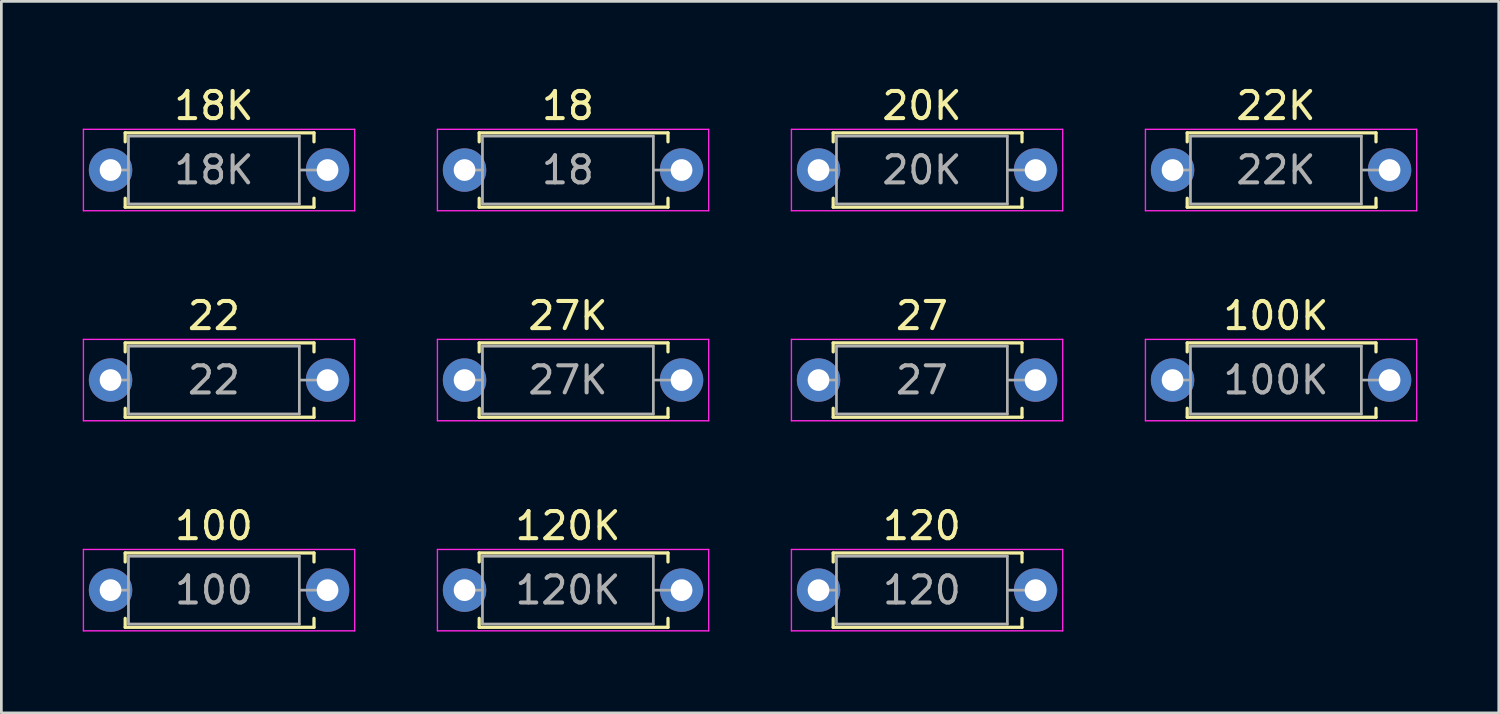
<source format=kicad_pcb>
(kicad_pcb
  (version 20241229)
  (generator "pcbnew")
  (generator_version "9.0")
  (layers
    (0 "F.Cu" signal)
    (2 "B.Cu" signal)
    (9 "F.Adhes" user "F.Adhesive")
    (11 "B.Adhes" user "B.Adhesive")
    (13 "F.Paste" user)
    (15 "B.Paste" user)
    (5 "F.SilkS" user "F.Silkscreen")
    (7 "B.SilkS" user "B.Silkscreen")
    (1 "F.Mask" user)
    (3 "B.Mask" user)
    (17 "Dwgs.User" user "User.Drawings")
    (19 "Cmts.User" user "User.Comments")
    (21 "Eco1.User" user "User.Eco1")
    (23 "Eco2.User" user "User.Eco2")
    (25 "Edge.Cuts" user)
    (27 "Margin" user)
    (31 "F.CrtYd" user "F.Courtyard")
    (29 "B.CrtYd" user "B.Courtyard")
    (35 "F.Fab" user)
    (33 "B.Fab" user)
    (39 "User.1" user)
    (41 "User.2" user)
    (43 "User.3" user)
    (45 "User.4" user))
  (footprint "100K"
    (layer "F.Cu")
    (at 40.175 10.961)
    (property "Reference" "100K" (at 3.81 -2.37 0) (layer "F.SilkS") (effects (font (size 1 1) (thickness 0.15))))
    (attr through_hole)
    (fp_line (start 0.54 -1.37) (end 7.5 -1.37) (stroke (width 0.12) (type solid)) (layer "F.SilkS"))
    (fp_line (start 0.54 -1.04) (end 0.54 -1.37) (stroke (width 0.12) (type solid)) (layer "F.SilkS"))
    (fp_line (start 0.54 1.04) (end 0.54 1.37) (stroke (width 0.12) (type solid)) (layer "F.SilkS"))
    (fp_line (start 0.54 1.37) (end 7.5 1.37) (stroke (width 0.12) (type solid)) (layer "F.SilkS"))
    (fp_line (start 7.5 -1.37) (end 7.5 -1.04) (stroke (width 0.12) (type solid)) (layer "F.SilkS"))
    (fp_line (start 7.5 1.37) (end 7.5 1.04) (stroke (width 0.12) (type solid)) (layer "F.SilkS"))
    (fp_line (start -1 -1.5) (end -1 1.5) (stroke (width 0.05) (type solid)) (layer "F.CrtYd"))
    (fp_line (start -1 1.5) (end 9 1.5) (stroke (width 0.05) (type solid)) (layer "F.CrtYd"))
    (fp_line (start 9 -1.5) (end -1 -1.5) (stroke (width 0.05) (type solid)) (layer "F.CrtYd"))
    (fp_line (start 9 1.5) (end 9 -1.5) (stroke (width 0.05) (type solid)) (layer "F.CrtYd"))
    (fp_line (start 0 0) (end 0.66 0) (stroke (width 0.1) (type solid)) (layer "F.Fab"))
    (fp_line (start 0.66 -1.25) (end 0.66 1.25) (stroke (width 0.1) (type solid)) (layer "F.Fab"))
    (fp_line (start 0.66 1.25) (end 6.96 1.25) (stroke (width 0.1) (type solid)) (layer "F.Fab"))
    (fp_line (start 6.96 -1.25) (end 0.66 -1.25) (stroke (width 0.1) (type solid)) (layer "F.Fab"))
    (fp_line (start 6.96 1.25) (end 6.96 -1.25) (stroke (width 0.1) (type solid)) (layer "F.Fab"))
    (fp_line (start 7.62 0) (end 6.96 0) (stroke (width 0.1) (type solid)) (layer "F.Fab"))
    (fp_text user "${REFERENCE}" (at 3.81 0 0) (layer "F.Fab") (effects (font (size 1 1) (thickness 0.15))))
    (pad "1" thru_hole circle (at 0 0) (size 1.6 1.6) (drill 0.8) (layers "*.Cu" "*.Mask"))
    (pad "2" thru_hole oval (at 8 0) (size 1.6 1.6) (drill 0.8) (layers "*.Cu" "*.Mask")))
  (footprint "22"
    (layer "F.Cu")
    (at 1.025 10.961)
    (property "Reference" "22" (at 3.81 -2.37 0) (layer "F.SilkS") (effects (font (size 1 1) (thickness 0.15))))
    (attr through_hole)
    (fp_line (start 0.54 -1.37) (end 7.5 -1.37) (stroke (width 0.12) (type solid)) (layer "F.SilkS"))
    (fp_line (start 0.54 -1.04) (end 0.54 -1.37) (stroke (width 0.12) (type solid)) (layer "F.SilkS"))
    (fp_line (start 0.54 1.04) (end 0.54 1.37) (stroke (width 0.12) (type solid)) (layer "F.SilkS"))
    (fp_line (start 0.54 1.37) (end 7.5 1.37) (stroke (width 0.12) (type solid)) (layer "F.SilkS"))
    (fp_line (start 7.5 -1.37) (end 7.5 -1.04) (stroke (width 0.12) (type solid)) (layer "F.SilkS"))
    (fp_line (start 7.5 1.37) (end 7.5 1.04) (stroke (width 0.12) (type solid)) (layer "F.SilkS"))
    (fp_line (start -1 -1.5) (end -1 1.5) (stroke (width 0.05) (type solid)) (layer "F.CrtYd"))
    (fp_line (start -1 1.5) (end 9 1.5) (stroke (width 0.05) (type solid)) (layer "F.CrtYd"))
    (fp_line (start 9 -1.5) (end -1 -1.5) (stroke (width 0.05) (type solid)) (layer "F.CrtYd"))
    (fp_line (start 9 1.5) (end 9 -1.5) (stroke (width 0.05) (type solid)) (layer "F.CrtYd"))
    (fp_line (start 0 0) (end 0.66 0) (stroke (width 0.1) (type solid)) (layer "F.Fab"))
    (fp_line (start 0.66 -1.25) (end 0.66 1.25) (stroke (width 0.1) (type solid)) (layer "F.Fab"))
    (fp_line (start 0.66 1.25) (end 6.96 1.25) (stroke (width 0.1) (type solid)) (layer "F.Fab"))
    (fp_line (start 6.96 -1.25) (end 0.66 -1.25) (stroke (width 0.1) (type solid)) (layer "F.Fab"))
    (fp_line (start 6.96 1.25) (end 6.96 -1.25) (stroke (width 0.1) (type solid)) (layer "F.Fab"))
    (fp_line (start 7.62 0) (end 6.96 0) (stroke (width 0.1) (type solid)) (layer "F.Fab"))
    (fp_text user "${REFERENCE}" (at 3.81 0 0) (layer "F.Fab") (effects (font (size 1 1) (thickness 0.15))))
    (pad "1" thru_hole circle (at 0 0) (size 1.6 1.6) (drill 0.8) (layers "*.Cu" "*.Mask"))
    (pad "2" thru_hole oval (at 8 0) (size 1.6 1.6) (drill 0.8) (layers "*.Cu" "*.Mask")))
  (footprint "22K"
    (layer "F.Cu")
    (at 40.175 3.218)
    (property "Reference" "22K" (at 3.81 -2.37 0) (layer "F.SilkS") (effects (font (size 1 1) (thickness 0.15))))
    (attr through_hole)
    (fp_line (start 0.54 -1.37) (end 7.5 -1.37) (stroke (width 0.12) (type solid)) (layer "F.SilkS"))
    (fp_line (start 0.54 -1.04) (end 0.54 -1.37) (stroke (width 0.12) (type solid)) (layer "F.SilkS"))
    (fp_line (start 0.54 1.04) (end 0.54 1.37) (stroke (width 0.12) (type solid)) (layer "F.SilkS"))
    (fp_line (start 0.54 1.37) (end 7.5 1.37) (stroke (width 0.12) (type solid)) (layer "F.SilkS"))
    (fp_line (start 7.5 -1.37) (end 7.5 -1.04) (stroke (width 0.12) (type solid)) (layer "F.SilkS"))
    (fp_line (start 7.5 1.37) (end 7.5 1.04) (stroke (width 0.12) (type solid)) (layer "F.SilkS"))
    (fp_line (start -1 -1.5) (end -1 1.5) (stroke (width 0.05) (type solid)) (layer "F.CrtYd"))
    (fp_line (start -1 1.5) (end 9 1.5) (stroke (width 0.05) (type solid)) (layer "F.CrtYd"))
    (fp_line (start 9 -1.5) (end -1 -1.5) (stroke (width 0.05) (type solid)) (layer "F.CrtYd"))
    (fp_line (start 9 1.5) (end 9 -1.5) (stroke (width 0.05) (type solid)) (layer "F.CrtYd"))
    (fp_line (start 0 0) (end 0.66 0) (stroke (width 0.1) (type solid)) (layer "F.Fab"))
    (fp_line (start 0.66 -1.25) (end 0.66 1.25) (stroke (width 0.1) (type solid)) (layer "F.Fab"))
    (fp_line (start 0.66 1.25) (end 6.96 1.25) (stroke (width 0.1) (type solid)) (layer "F.Fab"))
    (fp_line (start 6.96 -1.25) (end 0.66 -1.25) (stroke (width 0.1) (type solid)) (layer "F.Fab"))
    (fp_line (start 6.96 1.25) (end 6.96 -1.25) (stroke (width 0.1) (type solid)) (layer "F.Fab"))
    (fp_line (start 7.62 0) (end 6.96 0) (stroke (width 0.1) (type solid)) (layer "F.Fab"))
    (fp_text user "${REFERENCE}" (at 3.81 0 0) (layer "F.Fab") (effects (font (size 1 1) (thickness 0.15))))
    (pad "1" thru_hole circle (at 0 0) (size 1.6 1.6) (drill 0.8) (layers "*.Cu" "*.Mask"))
    (pad "2" thru_hole oval (at 8 0) (size 1.6 1.6) (drill 0.8) (layers "*.Cu" "*.Mask")))
  (footprint "18K"
    (layer "F.Cu")
    (at 1.025 3.218)
    (property "Reference" "18K" (at 3.81 -2.37 0) (layer "F.SilkS") (effects (font (size 1 1) (thickness 0.15))))
    (attr through_hole)
    (fp_line (start 0.54 -1.37) (end 7.5 -1.37) (stroke (width 0.12) (type solid)) (layer "F.SilkS"))
    (fp_line (start 0.54 -1.04) (end 0.54 -1.37) (stroke (width 0.12) (type solid)) (layer "F.SilkS"))
    (fp_line (start 0.54 1.04) (end 0.54 1.37) (stroke (width 0.12) (type solid)) (layer "F.SilkS"))
    (fp_line (start 0.54 1.37) (end 7.5 1.37) (stroke (width 0.12) (type solid)) (layer "F.SilkS"))
    (fp_line (start 7.5 -1.37) (end 7.5 -1.04) (stroke (width 0.12) (type solid)) (layer "F.SilkS"))
    (fp_line (start 7.5 1.37) (end 7.5 1.04) (stroke (width 0.12) (type solid)) (layer "F.SilkS"))
    (fp_line (start -1 -1.5) (end -1 1.5) (stroke (width 0.05) (type solid)) (layer "F.CrtYd"))
    (fp_line (start -1 1.5) (end 9 1.5) (stroke (width 0.05) (type solid)) (layer "F.CrtYd"))
    (fp_line (start 9 -1.5) (end -1 -1.5) (stroke (width 0.05) (type solid)) (layer "F.CrtYd"))
    (fp_line (start 9 1.5) (end 9 -1.5) (stroke (width 0.05) (type solid)) (layer "F.CrtYd"))
    (fp_line (start 0 0) (end 0.66 0) (stroke (width 0.1) (type solid)) (layer "F.Fab"))
    (fp_line (start 0.66 -1.25) (end 0.66 1.25) (stroke (width 0.1) (type solid)) (layer "F.Fab"))
    (fp_line (start 0.66 1.25) (end 6.96 1.25) (stroke (width 0.1) (type solid)) (layer "F.Fab"))
    (fp_line (start 6.96 -1.25) (end 0.66 -1.25) (stroke (width 0.1) (type solid)) (layer "F.Fab"))
    (fp_line (start 6.96 1.25) (end 6.96 -1.25) (stroke (width 0.1) (type solid)) (layer "F.Fab"))
    (fp_line (start 7.62 0) (end 6.96 0) (stroke (width 0.1) (type solid)) (layer "F.Fab"))
    (fp_text user "${REFERENCE}" (at 3.81 0 0) (layer "F.Fab") (effects (font (size 1 1) (thickness 0.15))))
    (pad "1" thru_hole circle (at 0 0) (size 1.6 1.6) (drill 0.8) (layers "*.Cu" "*.Mask"))
    (pad "2" thru_hole oval (at 8 0) (size 1.6 1.6) (drill 0.8) (layers "*.Cu" "*.Mask")))
  (footprint "20K"
    (layer "F.Cu")
    (at 27.125 3.218)
    (property "Reference" "20K" (at 3.81 -2.37 0) (layer "F.SilkS") (effects (font (size 1 1) (thickness 0.15))))
    (attr through_hole)
    (fp_line (start 0.54 -1.37) (end 7.5 -1.37) (stroke (width 0.12) (type solid)) (layer "F.SilkS"))
    (fp_line (start 0.54 -1.04) (end 0.54 -1.37) (stroke (width 0.12) (type solid)) (layer "F.SilkS"))
    (fp_line (start 0.54 1.04) (end 0.54 1.37) (stroke (width 0.12) (type solid)) (layer "F.SilkS"))
    (fp_line (start 0.54 1.37) (end 7.5 1.37) (stroke (width 0.12) (type solid)) (layer "F.SilkS"))
    (fp_line (start 7.5 -1.37) (end 7.5 -1.04) (stroke (width 0.12) (type solid)) (layer "F.SilkS"))
    (fp_line (start 7.5 1.37) (end 7.5 1.04) (stroke (width 0.12) (type solid)) (layer "F.SilkS"))
    (fp_line (start -1 -1.5) (end -1 1.5) (stroke (width 0.05) (type solid)) (layer "F.CrtYd"))
    (fp_line (start -1 1.5) (end 9 1.5) (stroke (width 0.05) (type solid)) (layer "F.CrtYd"))
    (fp_line (start 9 -1.5) (end -1 -1.5) (stroke (width 0.05) (type solid)) (layer "F.CrtYd"))
    (fp_line (start 9 1.5) (end 9 -1.5) (stroke (width 0.05) (type solid)) (layer "F.CrtYd"))
    (fp_line (start 0 0) (end 0.66 0) (stroke (width 0.1) (type solid)) (layer "F.Fab"))
    (fp_line (start 0.66 -1.25) (end 0.66 1.25) (stroke (width 0.1) (type solid)) (layer "F.Fab"))
    (fp_line (start 0.66 1.25) (end 6.96 1.25) (stroke (width 0.1) (type solid)) (layer "F.Fab"))
    (fp_line (start 6.96 -1.25) (end 0.66 -1.25) (stroke (width 0.1) (type solid)) (layer "F.Fab"))
    (fp_line (start 6.96 1.25) (end 6.96 -1.25) (stroke (width 0.1) (type solid)) (layer "F.Fab"))
    (fp_line (start 7.62 0) (end 6.96 0) (stroke (width 0.1) (type solid)) (layer "F.Fab"))
    (fp_text user "${REFERENCE}" (at 3.81 0 0) (layer "F.Fab") (effects (font (size 1 1) (thickness 0.15))))
    (pad "1" thru_hole circle (at 0 0) (size 1.6 1.6) (drill 0.8) (layers "*.Cu" "*.Mask"))
    (pad "2" thru_hole oval (at 8 0) (size 1.6 1.6) (drill 0.8) (layers "*.Cu" "*.Mask")))
  (footprint "120"
    (layer "F.Cu")
    (at 27.125 18.705)
    (property "Reference" "120" (at 3.81 -2.37 0) (layer "F.SilkS") (effects (font (size 1 1) (thickness 0.15))))
    (attr through_hole)
    (fp_line (start 0.54 -1.37) (end 7.5 -1.37) (stroke (width 0.12) (type solid)) (layer "F.SilkS"))
    (fp_line (start 0.54 -1.04) (end 0.54 -1.37) (stroke (width 0.12) (type solid)) (layer "F.SilkS"))
    (fp_line (start 0.54 1.04) (end 0.54 1.37) (stroke (width 0.12) (type solid)) (layer "F.SilkS"))
    (fp_line (start 0.54 1.37) (end 7.5 1.37) (stroke (width 0.12) (type solid)) (layer "F.SilkS"))
    (fp_line (start 7.5 -1.37) (end 7.5 -1.04) (stroke (width 0.12) (type solid)) (layer "F.SilkS"))
    (fp_line (start 7.5 1.37) (end 7.5 1.04) (stroke (width 0.12) (type solid)) (layer "F.SilkS"))
    (fp_line (start -1 -1.5) (end -1 1.5) (stroke (width 0.05) (type solid)) (layer "F.CrtYd"))
    (fp_line (start -1 1.5) (end 9 1.5) (stroke (width 0.05) (type solid)) (layer "F.CrtYd"))
    (fp_line (start 9 -1.5) (end -1 -1.5) (stroke (width 0.05) (type solid)) (layer "F.CrtYd"))
    (fp_line (start 9 1.5) (end 9 -1.5) (stroke (width 0.05) (type solid)) (layer "F.CrtYd"))
    (fp_line (start 0 0) (end 0.66 0) (stroke (width 0.1) (type solid)) (layer "F.Fab"))
    (fp_line (start 0.66 -1.25) (end 0.66 1.25) (stroke (width 0.1) (type solid)) (layer "F.Fab"))
    (fp_line (start 0.66 1.25) (end 6.96 1.25) (stroke (width 0.1) (type solid)) (layer "F.Fab"))
    (fp_line (start 6.96 -1.25) (end 0.66 -1.25) (stroke (width 0.1) (type solid)) (layer "F.Fab"))
    (fp_line (start 6.96 1.25) (end 6.96 -1.25) (stroke (width 0.1) (type solid)) (layer "F.Fab"))
    (fp_line (start 7.62 0) (end 6.96 0) (stroke (width 0.1) (type solid)) (layer "F.Fab"))
    (fp_text user "${REFERENCE}" (at 3.81 0 0) (layer "F.Fab") (effects (font (size 1 1) (thickness 0.15))))
    (pad "1" thru_hole circle (at 0 0) (size 1.6 1.6) (drill 0.8) (layers "*.Cu" "*.Mask"))
    (pad "2" thru_hole oval (at 8 0) (size 1.6 1.6) (drill 0.8) (layers "*.Cu" "*.Mask")))
  (footprint "27K"
    (layer "F.Cu")
    (at 14.075 10.961)
    (property "Reference" "27K" (at 3.81 -2.37 0) (layer "F.SilkS") (effects (font (size 1 1) (thickness 0.15))))
    (attr through_hole)
    (fp_line (start 0.54 -1.37) (end 7.5 -1.37) (stroke (width 0.12) (type solid)) (layer "F.SilkS"))
    (fp_line (start 0.54 -1.04) (end 0.54 -1.37) (stroke (width 0.12) (type solid)) (layer "F.SilkS"))
    (fp_line (start 0.54 1.04) (end 0.54 1.37) (stroke (width 0.12) (type solid)) (layer "F.SilkS"))
    (fp_line (start 0.54 1.37) (end 7.5 1.37) (stroke (width 0.12) (type solid)) (layer "F.SilkS"))
    (fp_line (start 7.5 -1.37) (end 7.5 -1.04) (stroke (width 0.12) (type solid)) (layer "F.SilkS"))
    (fp_line (start 7.5 1.37) (end 7.5 1.04) (stroke (width 0.12) (type solid)) (layer "F.SilkS"))
    (fp_line (start -1 -1.5) (end -1 1.5) (stroke (width 0.05) (type solid)) (layer "F.CrtYd"))
    (fp_line (start -1 1.5) (end 9 1.5) (stroke (width 0.05) (type solid)) (layer "F.CrtYd"))
    (fp_line (start 9 -1.5) (end -1 -1.5) (stroke (width 0.05) (type solid)) (layer "F.CrtYd"))
    (fp_line (start 9 1.5) (end 9 -1.5) (stroke (width 0.05) (type solid)) (layer "F.CrtYd"))
    (fp_line (start 0 0) (end 0.66 0) (stroke (width 0.1) (type solid)) (layer "F.Fab"))
    (fp_line (start 0.66 -1.25) (end 0.66 1.25) (stroke (width 0.1) (type solid)) (layer "F.Fab"))
    (fp_line (start 0.66 1.25) (end 6.96 1.25) (stroke (width 0.1) (type solid)) (layer "F.Fab"))
    (fp_line (start 6.96 -1.25) (end 0.66 -1.25) (stroke (width 0.1) (type solid)) (layer "F.Fab"))
    (fp_line (start 6.96 1.25) (end 6.96 -1.25) (stroke (width 0.1) (type solid)) (layer "F.Fab"))
    (fp_line (start 7.62 0) (end 6.96 0) (stroke (width 0.1) (type solid)) (layer "F.Fab"))
    (fp_text user "${REFERENCE}" (at 3.81 0 0) (layer "F.Fab") (effects (font (size 1 1) (thickness 0.15))))
    (pad "1" thru_hole circle (at 0 0) (size 1.6 1.6) (drill 0.8) (layers "*.Cu" "*.Mask"))
    (pad "2" thru_hole oval (at 8 0) (size 1.6 1.6) (drill 0.8) (layers "*.Cu" "*.Mask")))
  (footprint "100"
    (layer "F.Cu")
    (at 1.025 18.705)
    (property "Reference" "100" (at 3.81 -2.37 0) (layer "F.SilkS") (effects (font (size 1 1) (thickness 0.15))))
    (attr through_hole)
    (fp_line (start 0.54 -1.37) (end 7.5 -1.37) (stroke (width 0.12) (type solid)) (layer "F.SilkS"))
    (fp_line (start 0.54 -1.04) (end 0.54 -1.37) (stroke (width 0.12) (type solid)) (layer "F.SilkS"))
    (fp_line (start 0.54 1.04) (end 0.54 1.37) (stroke (width 0.12) (type solid)) (layer "F.SilkS"))
    (fp_line (start 0.54 1.37) (end 7.5 1.37) (stroke (width 0.12) (type solid)) (layer "F.SilkS"))
    (fp_line (start 7.5 -1.37) (end 7.5 -1.04) (stroke (width 0.12) (type solid)) (layer "F.SilkS"))
    (fp_line (start 7.5 1.37) (end 7.5 1.04) (stroke (width 0.12) (type solid)) (layer "F.SilkS"))
    (fp_line (start -1 -1.5) (end -1 1.5) (stroke (width 0.05) (type solid)) (layer "F.CrtYd"))
    (fp_line (start -1 1.5) (end 9 1.5) (stroke (width 0.05) (type solid)) (layer "F.CrtYd"))
    (fp_line (start 9 -1.5) (end -1 -1.5) (stroke (width 0.05) (type solid)) (layer "F.CrtYd"))
    (fp_line (start 9 1.5) (end 9 -1.5) (stroke (width 0.05) (type solid)) (layer "F.CrtYd"))
    (fp_line (start 0 0) (end 0.66 0) (stroke (width 0.1) (type solid)) (layer "F.Fab"))
    (fp_line (start 0.66 -1.25) (end 0.66 1.25) (stroke (width 0.1) (type solid)) (layer "F.Fab"))
    (fp_line (start 0.66 1.25) (end 6.96 1.25) (stroke (width 0.1) (type solid)) (layer "F.Fab"))
    (fp_line (start 6.96 -1.25) (end 0.66 -1.25) (stroke (width 0.1) (type solid)) (layer "F.Fab"))
    (fp_line (start 6.96 1.25) (end 6.96 -1.25) (stroke (width 0.1) (type solid)) (layer "F.Fab"))
    (fp_line (start 7.62 0) (end 6.96 0) (stroke (width 0.1) (type solid)) (layer "F.Fab"))
    (fp_text user "${REFERENCE}" (at 3.81 0 0) (layer "F.Fab") (effects (font (size 1 1) (thickness 0.15))))
    (pad "1" thru_hole circle (at 0 0) (size 1.6 1.6) (drill 0.8) (layers "*.Cu" "*.Mask"))
    (pad "2" thru_hole oval (at 8 0) (size 1.6 1.6) (drill 0.8) (layers "*.Cu" "*.Mask")))
  (footprint "27"
    (layer "F.Cu")
    (at 27.125 10.961)
    (property "Reference" "27" (at 3.81 -2.37 0) (layer "F.SilkS") (effects (font (size 1 1) (thickness 0.15))))
    (attr through_hole)
    (fp_line (start 0.54 -1.37) (end 7.5 -1.37) (stroke (width 0.12) (type solid)) (layer "F.SilkS"))
    (fp_line (start 0.54 -1.04) (end 0.54 -1.37) (stroke (width 0.12) (type solid)) (layer "F.SilkS"))
    (fp_line (start 0.54 1.04) (end 0.54 1.37) (stroke (width 0.12) (type solid)) (layer "F.SilkS"))
    (fp_line (start 0.54 1.37) (end 7.5 1.37) (stroke (width 0.12) (type solid)) (layer "F.SilkS"))
    (fp_line (start 7.5 -1.37) (end 7.5 -1.04) (stroke (width 0.12) (type solid)) (layer "F.SilkS"))
    (fp_line (start 7.5 1.37) (end 7.5 1.04) (stroke (width 0.12) (type solid)) (layer "F.SilkS"))
    (fp_line (start -1 -1.5) (end -1 1.5) (stroke (width 0.05) (type solid)) (layer "F.CrtYd"))
    (fp_line (start -1 1.5) (end 9 1.5) (stroke (width 0.05) (type solid)) (layer "F.CrtYd"))
    (fp_line (start 9 -1.5) (end -1 -1.5) (stroke (width 0.05) (type solid)) (layer "F.CrtYd"))
    (fp_line (start 9 1.5) (end 9 -1.5) (stroke (width 0.05) (type solid)) (layer "F.CrtYd"))
    (fp_line (start 0 0) (end 0.66 0) (stroke (width 0.1) (type solid)) (layer "F.Fab"))
    (fp_line (start 0.66 -1.25) (end 0.66 1.25) (stroke (width 0.1) (type solid)) (layer "F.Fab"))
    (fp_line (start 0.66 1.25) (end 6.96 1.25) (stroke (width 0.1) (type solid)) (layer "F.Fab"))
    (fp_line (start 6.96 -1.25) (end 0.66 -1.25) (stroke (width 0.1) (type solid)) (layer "F.Fab"))
    (fp_line (start 6.96 1.25) (end 6.96 -1.25) (stroke (width 0.1) (type solid)) (layer "F.Fab"))
    (fp_line (start 7.62 0) (end 6.96 0) (stroke (width 0.1) (type solid)) (layer "F.Fab"))
    (fp_text user "${REFERENCE}" (at 3.81 0 0) (layer "F.Fab") (effects (font (size 1 1) (thickness 0.15))))
    (pad "1" thru_hole circle (at 0 0) (size 1.6 1.6) (drill 0.8) (layers "*.Cu" "*.Mask"))
    (pad "2" thru_hole oval (at 8 0) (size 1.6 1.6) (drill 0.8) (layers "*.Cu" "*.Mask")))
  (footprint "120K"
    (layer "F.Cu")
    (at 14.075 18.705)
    (property "Reference" "120K" (at 3.81 -2.37 0) (layer "F.SilkS") (effects (font (size 1 1) (thickness 0.15))))
    (attr through_hole)
    (fp_line (start 0.54 -1.37) (end 7.5 -1.37) (stroke (width 0.12) (type solid)) (layer "F.SilkS"))
    (fp_line (start 0.54 -1.04) (end 0.54 -1.37) (stroke (width 0.12) (type solid)) (layer "F.SilkS"))
    (fp_line (start 0.54 1.04) (end 0.54 1.37) (stroke (width 0.12) (type solid)) (layer "F.SilkS"))
    (fp_line (start 0.54 1.37) (end 7.5 1.37) (stroke (width 0.12) (type solid)) (layer "F.SilkS"))
    (fp_line (start 7.5 -1.37) (end 7.5 -1.04) (stroke (width 0.12) (type solid)) (layer "F.SilkS"))
    (fp_line (start 7.5 1.37) (end 7.5 1.04) (stroke (width 0.12) (type solid)) (layer "F.SilkS"))
    (fp_line (start -1 -1.5) (end -1 1.5) (stroke (width 0.05) (type solid)) (layer "F.CrtYd"))
    (fp_line (start -1 1.5) (end 9 1.5) (stroke (width 0.05) (type solid)) (layer "F.CrtYd"))
    (fp_line (start 9 -1.5) (end -1 -1.5) (stroke (width 0.05) (type solid)) (layer "F.CrtYd"))
    (fp_line (start 9 1.5) (end 9 -1.5) (stroke (width 0.05) (type solid)) (layer "F.CrtYd"))
    (fp_line (start 0 0) (end 0.66 0) (stroke (width 0.1) (type solid)) (layer "F.Fab"))
    (fp_line (start 0.66 -1.25) (end 0.66 1.25) (stroke (width 0.1) (type solid)) (layer "F.Fab"))
    (fp_line (start 0.66 1.25) (end 6.96 1.25) (stroke (width 0.1) (type solid)) (layer "F.Fab"))
    (fp_line (start 6.96 -1.25) (end 0.66 -1.25) (stroke (width 0.1) (type solid)) (layer "F.Fab"))
    (fp_line (start 6.96 1.25) (end 6.96 -1.25) (stroke (width 0.1) (type solid)) (layer "F.Fab"))
    (fp_line (start 7.62 0) (end 6.96 0) (stroke (width 0.1) (type solid)) (layer "F.Fab"))
    (fp_text user "${REFERENCE}" (at 3.81 0 0) (layer "F.Fab") (effects (font (size 1 1) (thickness 0.15))))
    (pad "1" thru_hole circle (at 0 0) (size 1.6 1.6) (drill 0.8) (layers "*.Cu" "*.Mask"))
    (pad "2" thru_hole oval (at 8 0) (size 1.6 1.6) (drill 0.8) (layers "*.Cu" "*.Mask")))
  (footprint "18"
    (layer "F.Cu")
    (at 14.075 3.218)
    (property "Reference" "18" (at 3.81 -2.37 0) (layer "F.SilkS") (effects (font (size 1 1) (thickness 0.15))))
    (attr through_hole)
    (fp_line (start 0.54 -1.37) (end 7.5 -1.37) (stroke (width 0.12) (type solid)) (layer "F.SilkS"))
    (fp_line (start 0.54 -1.04) (end 0.54 -1.37) (stroke (width 0.12) (type solid)) (layer "F.SilkS"))
    (fp_line (start 0.54 1.04) (end 0.54 1.37) (stroke (width 0.12) (type solid)) (layer "F.SilkS"))
    (fp_line (start 0.54 1.37) (end 7.5 1.37) (stroke (width 0.12) (type solid)) (layer "F.SilkS"))
    (fp_line (start 7.5 -1.37) (end 7.5 -1.04) (stroke (width 0.12) (type solid)) (layer "F.SilkS"))
    (fp_line (start 7.5 1.37) (end 7.5 1.04) (stroke (width 0.12) (type solid)) (layer "F.SilkS"))
    (fp_line (start -1 -1.5) (end -1 1.5) (stroke (width 0.05) (type solid)) (layer "F.CrtYd"))
    (fp_line (start -1 1.5) (end 9 1.5) (stroke (width 0.05) (type solid)) (layer "F.CrtYd"))
    (fp_line (start 9 -1.5) (end -1 -1.5) (stroke (width 0.05) (type solid)) (layer "F.CrtYd"))
    (fp_line (start 9 1.5) (end 9 -1.5) (stroke (width 0.05) (type solid)) (layer "F.CrtYd"))
    (fp_line (start 0 0) (end 0.66 0) (stroke (width 0.1) (type solid)) (layer "F.Fab"))
    (fp_line (start 0.66 -1.25) (end 0.66 1.25) (stroke (width 0.1) (type solid)) (layer "F.Fab"))
    (fp_line (start 0.66 1.25) (end 6.96 1.25) (stroke (width 0.1) (type solid)) (layer "F.Fab"))
    (fp_line (start 6.96 -1.25) (end 0.66 -1.25) (stroke (width 0.1) (type solid)) (layer "F.Fab"))
    (fp_line (start 6.96 1.25) (end 6.96 -1.25) (stroke (width 0.1) (type solid)) (layer "F.Fab"))
    (fp_line (start 7.62 0) (end 6.96 0) (stroke (width 0.1) (type solid)) (layer "F.Fab"))
    (fp_text user "${REFERENCE}" (at 3.81 0 0) (layer "F.Fab") (effects (font (size 1 1) (thickness 0.15))))
    (pad "1" thru_hole circle (at 0 0) (size 1.6 1.6) (drill 0.8) (layers "*.Cu" "*.Mask"))
    (pad "2" thru_hole oval (at 8 0) (size 1.6 1.6) (drill 0.8) (layers "*.Cu" "*.Mask")))
  (gr_rect
    (start -3 -3)
    (end 52.2 23.23)
    (stroke (width 0.1) (type default))
    (fill no)
    (layer "Edge.Cuts")))
</source>
